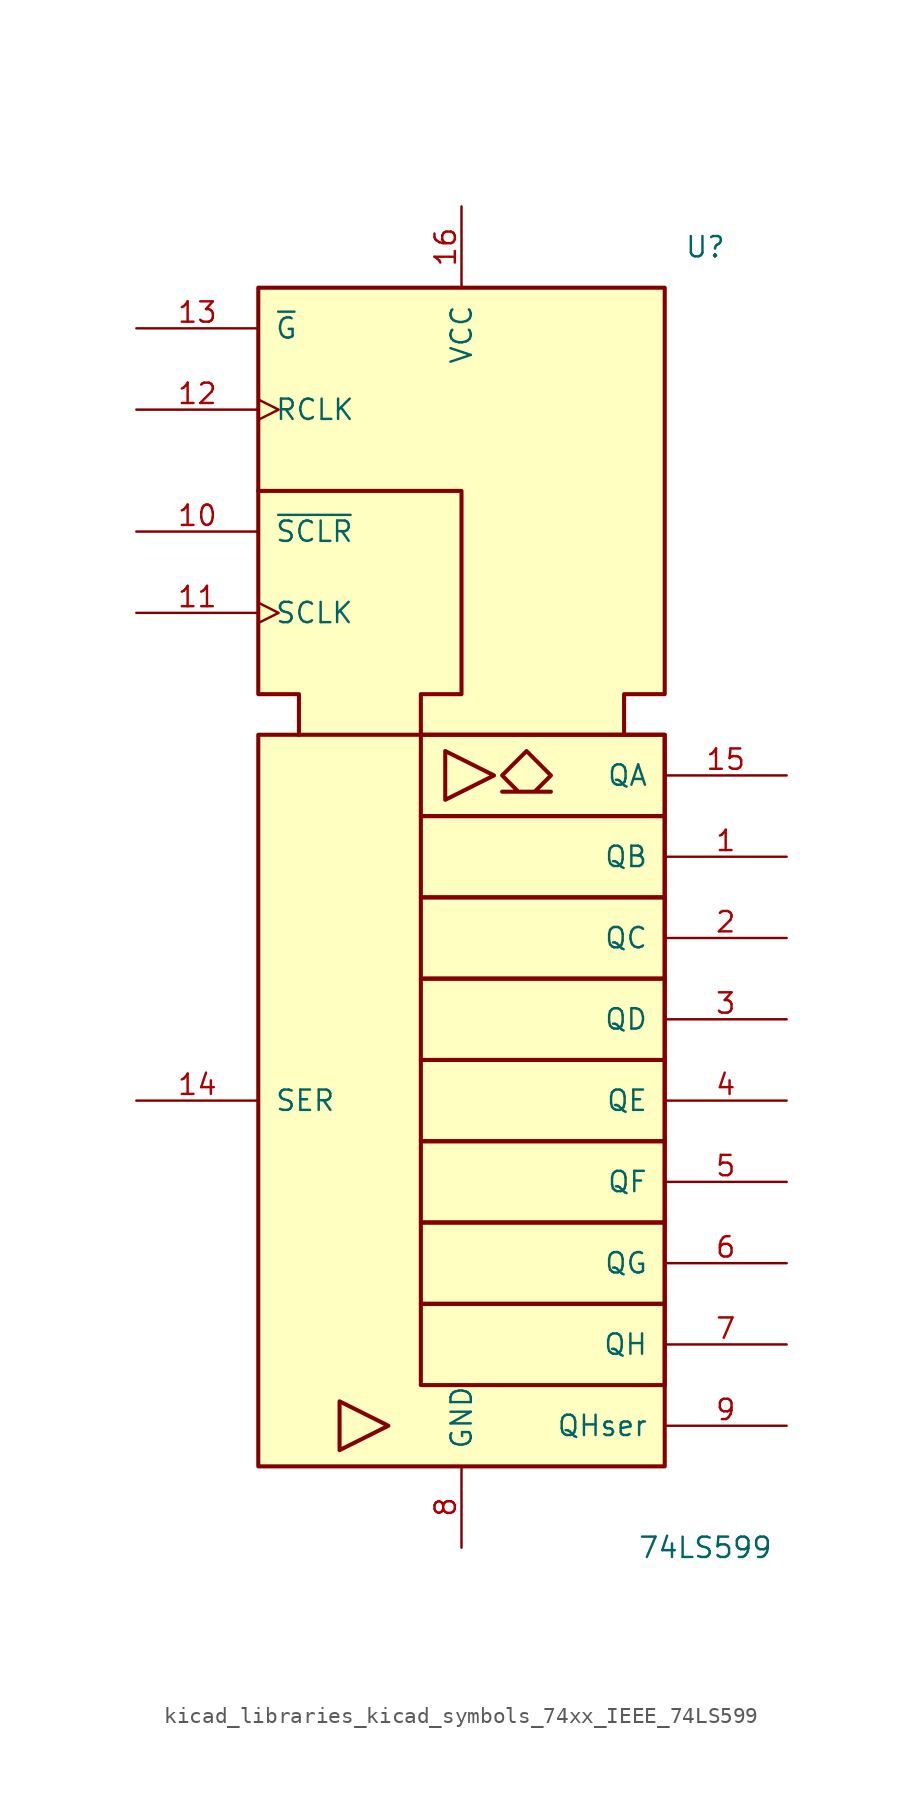
<source format=kicad_sym>
(kicad_symbol_lib
  (version 20220914)
  (generator kicad_symbol_editor)
  (symbol "kicad_libraries_kicad_symbols_74xx_IEEE_74LS599"
    (pin_names
      (offset 1.016))
    (property "Reference" "U"
      (at 15.24 40.64 0)
      (effects (font (size 1.27 1.27))))
    (property "Value" "74LS599"
      (at 15.24 -40.64 0)
      (effects (font (size 1.27 1.27))))
    (symbol "kicad_libraries_kicad_symbols_74xx_IEEE_74LS599_0_0"
      (rectangle (start -12.7 10.16) (end 12.7 -35.56) (stroke (width 0.254) (type default)) (fill (type background)))
      (polyline (pts (xy -4.572 -33.02) (xy -7.62 -31.496) (xy -7.62 -34.544) (xy -4.572 -33.02) (xy -4.572 -33.02)) (stroke (width 0.254) (type default)) (fill (type background)))
      (polyline (pts (xy -1.016 9.144) (xy -1.016 6.096) (xy 2.032 7.62) (xy -1.016 9.144) (xy -1.016 9.144)) (stroke (width 0.254) (type default)) (fill (type background)))
      (polyline (pts (xy -12.7 25.4) (xy 0 25.4) (xy 0 12.7) (xy -2.54 12.7) (xy -2.54 10.16) (xy -2.54 10.16)) (stroke (width 0.254) (type default)) (fill (type background)))
      (polyline (pts (xy 5.588 6.604) (xy 2.54 6.604) (xy 3.556 6.604) (xy 2.54 7.62) (xy 4.064 9.144) (xy 5.588 7.62) (xy 4.572 6.604) (xy 4.572 6.604)) (stroke (width 0.254) (type default)) (fill (type background)))
      (polyline (pts (xy -10.16 10.16) (xy -10.16 12.7) (xy -12.7 12.7) (xy -12.7 38.1) (xy 12.7 38.1) (xy 12.7 12.7) (xy 10.16 12.7) (xy 10.16 10.16) (xy 10.16 10.16)) (stroke (width 0.254) (type default)) (fill (type background))))
    (symbol "kicad_libraries_kicad_symbols_74xx_IEEE_74LS599_0_1"
      (rectangle (start -2.54 -25.4) (end 12.7 -30.48) (stroke (width 0.254) (type default)) (fill (type background)))
      (rectangle (start -2.54 -20.32) (end 12.7 -25.4) (stroke (width 0.254) (type default)) (fill (type background)))
      (rectangle (start -2.54 -15.24) (end 12.7 -20.32) (stroke (width 0.254) (type default)) (fill (type background)))
      (rectangle (start -2.54 -10.16) (end 12.7 -15.24) (stroke (width 0.254) (type default)) (fill (type background)))
      (rectangle (start -2.54 -5.08) (end 12.7 -10.16) (stroke (width 0.254) (type default)) (fill (type background)))
      (rectangle (start -2.54 0) (end 12.7 -5.08) (stroke (width 0.254) (type default)) (fill (type background)))
      (rectangle (start -2.54 5.08) (end 12.7 0) (stroke (width 0.254) (type default)) (fill (type background)))
      (rectangle (start -2.54 10.16) (end 12.7 5.08) (stroke (width 0.254) (type default)) (fill (type background)))
      (pin power_in line (at 0 -40.64 90) (length 5.08) (name "GND" (effects (font (size 1.27 1.27)))) (number "8" (effects (font (size 1.27 1.27))))))
    (symbol "kicad_libraries_kicad_symbols_74xx_IEEE_74LS599_1_1"
      (pin tri_state line (at 20.32 2.54 180) (length 7.62) (name "QB" (effects (font (size 1.27 1.27)))) (number "1" (effects (font (size 1.27 1.27)))))
      (pin input line (at -20.32 22.86 0) (length 7.62) (name "~{SCLR}" (effects (font (size 1.27 1.27)))) (number "10" (effects (font (size 1.27 1.27)))))
      (pin input clock (at -20.32 17.78 0) (length 7.62) (name "SCLK" (effects (font (size 1.27 1.27)))) (number "11" (effects (font (size 1.27 1.27)))))
      (pin input clock (at -20.32 30.48 0) (length 7.62) (name "RCLK" (effects (font (size 1.27 1.27)))) (number "12" (effects (font (size 1.27 1.27)))))
      (pin input line (at -20.32 35.56 0) (length 7.62) (name "~{G}" (effects (font (size 1.27 1.27)))) (number "13" (effects (font (size 1.27 1.27)))))
      (pin input line (at -20.32 -12.7 0) (length 7.62) (name "SER" (effects (font (size 1.27 1.27)))) (number "14" (effects (font (size 1.27 1.27)))))
      (pin tri_state line (at 20.32 7.62 180) (length 7.62) (name "QA" (effects (font (size 1.27 1.27)))) (number "15" (effects (font (size 1.27 1.27)))))
      (pin power_in line (at 0 43.18 270) (length 5.08) (name "VCC" (effects (font (size 1.27 1.27)))) (number "16" (effects (font (size 1.27 1.27)))))
      (pin tri_state line (at 20.32 -2.54 180) (length 7.62) (name "QC" (effects (font (size 1.27 1.27)))) (number "2" (effects (font (size 1.27 1.27)))))
      (pin tri_state line (at 20.32 -7.62 180) (length 7.62) (name "QD" (effects (font (size 1.27 1.27)))) (number "3" (effects (font (size 1.27 1.27)))))
      (pin tri_state line (at 20.32 -12.7 180) (length 7.62) (name "QE" (effects (font (size 1.27 1.27)))) (number "4" (effects (font (size 1.27 1.27)))))
      (pin tri_state line (at 20.32 -17.78 180) (length 7.62) (name "QF" (effects (font (size 1.27 1.27)))) (number "5" (effects (font (size 1.27 1.27)))))
      (pin tri_state line (at 20.32 -22.86 180) (length 7.62) (name "QG" (effects (font (size 1.27 1.27)))) (number "6" (effects (font (size 1.27 1.27)))))
      (pin tri_state line (at 20.32 -27.94 180) (length 7.62) (name "QH" (effects (font (size 1.27 1.27)))) (number "7" (effects (font (size 1.27 1.27)))))
      (pin output line (at 20.32 -33.02 180) (length 7.62) (name "QHser" (effects (font (size 1.27 1.27)))) (number "9" (effects (font (size 1.27 1.27))))))))
</source>
